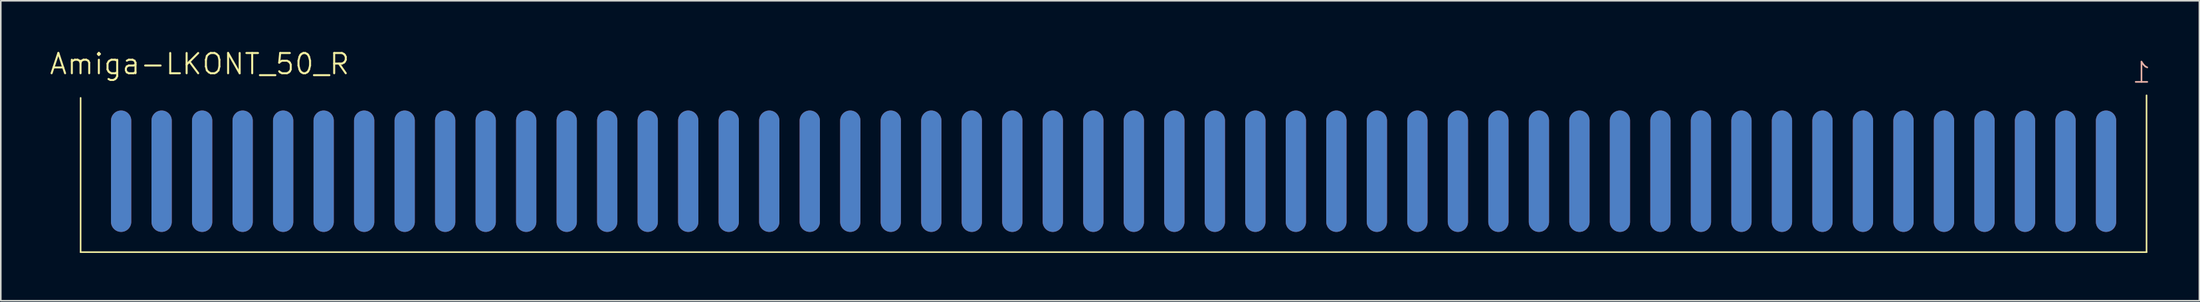
<source format=kicad_pcb>
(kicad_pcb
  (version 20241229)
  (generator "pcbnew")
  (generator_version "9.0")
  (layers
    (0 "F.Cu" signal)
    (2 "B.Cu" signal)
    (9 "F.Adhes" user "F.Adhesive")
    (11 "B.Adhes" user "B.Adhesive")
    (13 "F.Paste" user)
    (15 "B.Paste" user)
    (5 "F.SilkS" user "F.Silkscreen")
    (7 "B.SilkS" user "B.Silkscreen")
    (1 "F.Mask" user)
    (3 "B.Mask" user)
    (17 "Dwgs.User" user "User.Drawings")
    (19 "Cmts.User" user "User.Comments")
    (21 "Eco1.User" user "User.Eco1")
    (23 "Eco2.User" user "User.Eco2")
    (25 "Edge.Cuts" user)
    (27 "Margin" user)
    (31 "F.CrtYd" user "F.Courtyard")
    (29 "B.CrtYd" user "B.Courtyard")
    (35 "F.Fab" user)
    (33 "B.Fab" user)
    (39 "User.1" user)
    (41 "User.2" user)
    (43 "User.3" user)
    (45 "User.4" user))
  (footprint "Amiga-LKONT_50_R"
    (layer "F.Cu")
    (at 64.235 7.697)
    (property "Reference" "Amiga-LKONT_50_R" (at -54.767 -6.731 0) (layer "F.SilkS") (effects (font (size 1.27 1.27) (thickness 0.127))))
    (attr smd)
    (fp_line (start -62.23 -4.602) (end -62.23 5.08) (stroke (width 0.1) (type solid)) (layer "F.SilkS"))
    (fp_line (start -62.23 5.08) (end 67.31 5.08) (stroke (width 0.1) (type solid)) (layer "F.SilkS"))
    (fp_line (start 67.31 5.08) (end 67.31 -4.763) (stroke (width 0.1) (type solid)) (layer "F.SilkS"))
    (fp_text user "1" (at 66.993 -6.19 0) (layer "B.SilkS") (effects (font (size 1.27 1.27) (thickness 0.102)) (justify mirror)))
    (pad "1" smd oval (at 64.77 0 90) (size 7.62 1.27) (layers "B.Cu" "B.Mask"))
    (pad "2" smd oval (at 64.77 0 90) (size 7.62 1.27) (layers "F.Cu" "F.Mask" "F.Paste"))
    (pad "3" smd oval (at 62.23 0 90) (size 7.62 1.27) (layers "B.Cu" "B.Mask"))
    (pad "4" smd oval (at 62.23 0 90) (size 7.62 1.27) (layers "F.Cu" "F.Mask" "F.Paste"))
    (pad "5" smd oval (at 59.69 0 90) (size 7.62 1.27) (layers "B.Cu" "B.Mask"))
    (pad "6" smd oval (at 59.69 0 90) (size 7.62 1.27) (layers "F.Cu" "F.Mask" "F.Paste"))
    (pad "7" smd oval (at 57.15 0 90) (size 7.62 1.27) (layers "B.Cu" "B.Mask"))
    (pad "8" smd oval (at 57.15 0 90) (size 7.62 1.27) (layers "F.Cu" "F.Mask" "F.Paste"))
    (pad "9" smd oval (at 54.61 0 90) (size 7.62 1.27) (layers "B.Cu" "B.Mask"))
    (pad "10" smd oval (at 54.61 0 90) (size 7.62 1.27) (layers "F.Cu" "F.Mask" "F.Paste"))
    (pad "11" smd oval (at 52.07 0 90) (size 7.62 1.27) (layers "B.Cu" "B.Mask"))
    (pad "12" smd oval (at 52.07 0 90) (size 7.62 1.27) (layers "F.Cu" "F.Mask" "F.Paste"))
    (pad "13" smd oval (at 49.53 0 90) (size 7.62 1.27) (layers "B.Cu" "B.Mask"))
    (pad "14" smd oval (at 49.53 0 90) (size 7.62 1.27) (layers "F.Cu" "F.Mask" "F.Paste"))
    (pad "15" smd oval (at 46.99 0 90) (size 7.62 1.27) (layers "B.Cu" "B.Mask"))
    (pad "16" smd oval (at 46.99 0 90) (size 7.62 1.27) (layers "F.Cu" "F.Mask" "F.Paste"))
    (pad "17" smd oval (at 44.45 0 90) (size 7.62 1.27) (layers "B.Cu" "B.Mask"))
    (pad "18" smd oval (at 44.45 0 90) (size 7.62 1.27) (layers "F.Cu" "F.Mask" "F.Paste"))
    (pad "19" smd oval (at 41.91 0 90) (size 7.62 1.27) (layers "B.Cu" "B.Mask"))
    (pad "20" smd oval (at 41.91 0 90) (size 7.62 1.27) (layers "F.Cu" "F.Mask" "F.Paste"))
    (pad "21" smd oval (at 39.37 0 90) (size 7.62 1.27) (layers "B.Cu" "B.Mask"))
    (pad "22" smd oval (at 39.37 0 90) (size 7.62 1.27) (layers "F.Cu" "F.Mask" "F.Paste"))
    (pad "23" smd oval (at 36.83 0 90) (size 7.62 1.27) (layers "B.Cu" "B.Mask"))
    (pad "24" smd oval (at 36.83 0 90) (size 7.62 1.27) (layers "F.Cu" "F.Mask" "F.Paste"))
    (pad "25" smd oval (at 34.29 0 90) (size 7.62 1.27) (layers "B.Cu" "B.Mask"))
    (pad "26" smd oval (at 34.29 0 90) (size 7.62 1.27) (layers "F.Cu" "F.Mask" "F.Paste"))
    (pad "27" smd oval (at 31.75 0 90) (size 7.62 1.27) (layers "B.Cu" "B.Mask"))
    (pad "28" smd oval (at 31.75 0 90) (size 7.62 1.27) (layers "F.Cu" "F.Mask" "F.Paste"))
    (pad "29" smd oval (at 29.21 0 90) (size 7.62 1.27) (layers "B.Cu" "B.Mask"))
    (pad "30" smd oval (at 29.21 0 90) (size 7.62 1.27) (layers "F.Cu" "F.Mask" "F.Paste"))
    (pad "31" smd oval (at 26.67 0 90) (size 7.62 1.27) (layers "B.Cu" "B.Mask"))
    (pad "32" smd oval (at 26.67 0 90) (size 7.62 1.27) (layers "F.Cu" "F.Mask" "F.Paste"))
    (pad "33" smd oval (at 24.13 0 90) (size 7.62 1.27) (layers "B.Cu" "B.Mask"))
    (pad "34" smd oval (at 24.13 0 90) (size 7.62 1.27) (layers "F.Cu" "F.Mask" "F.Paste"))
    (pad "35" smd oval (at 21.59 0 90) (size 7.62 1.27) (layers "B.Cu" "B.Mask"))
    (pad "36" smd oval (at 21.59 0 90) (size 7.62 1.27) (layers "F.Cu" "F.Mask" "F.Paste"))
    (pad "37" smd oval (at 19.05 0 90) (size 7.62 1.27) (layers "B.Cu" "B.Mask"))
    (pad "38" smd oval (at 19.05 0 90) (size 7.62 1.27) (layers "F.Cu" "F.Mask" "F.Paste"))
    (pad "39" smd oval (at 16.51 0 90) (size 7.62 1.27) (layers "B.Cu" "B.Mask"))
    (pad "40" smd oval (at 16.51 0 90) (size 7.62 1.27) (layers "F.Cu" "F.Mask" "F.Paste"))
    (pad "41" smd oval (at 13.97 0 90) (size 7.62 1.27) (layers "B.Cu" "B.Mask"))
    (pad "42" smd oval (at 13.97 0 90) (size 7.62 1.27) (layers "F.Cu" "F.Mask" "F.Paste"))
    (pad "43" smd oval (at 11.43 0 90) (size 7.62 1.27) (layers "B.Cu" "B.Mask"))
    (pad "44" smd oval (at 11.43 0 90) (size 7.62 1.27) (layers "F.Cu" "F.Mask" "F.Paste"))
    (pad "45" smd oval (at 8.89 0 90) (size 7.62 1.27) (layers "B.Cu" "B.Mask"))
    (pad "46" smd oval (at 8.89 0 90) (size 7.62 1.27) (layers "F.Cu" "F.Mask" "F.Paste"))
    (pad "47" smd oval (at 6.35 0 90) (size 7.62 1.27) (layers "B.Cu" "B.Mask"))
    (pad "48" smd oval (at 6.35 0 90) (size 7.62 1.27) (layers "F.Cu" "F.Mask" "F.Paste"))
    (pad "49" smd oval (at 3.81 0 90) (size 7.62 1.27) (layers "B.Cu" "B.Mask"))
    (pad "50" smd oval (at 3.81 0 90) (size 7.62 1.27) (layers "F.Cu" "F.Mask" "F.Paste"))
    (pad "51" smd oval (at 1.27 0 90) (size 7.62 1.27) (layers "B.Cu" "B.Mask"))
    (pad "52" smd oval (at 1.27 0 90) (size 7.62 1.27) (layers "F.Cu" "F.Mask" "F.Paste"))
    (pad "53" smd oval (at -1.27 0 90) (size 7.62 1.27) (layers "B.Cu" "B.Mask"))
    (pad "54" smd oval (at -1.27 0 90) (size 7.62 1.27) (layers "F.Cu" "F.Mask" "F.Paste"))
    (pad "55" smd oval (at -3.81 0 90) (size 7.62 1.27) (layers "B.Cu" "B.Mask"))
    (pad "56" smd oval (at -3.81 0 90) (size 7.62 1.27) (layers "F.Cu" "F.Mask" "F.Paste"))
    (pad "57" smd oval (at -6.35 0 90) (size 7.62 1.27) (layers "B.Cu" "B.Mask"))
    (pad "58" smd oval (at -6.35 0 90) (size 7.62 1.27) (layers "F.Cu" "F.Mask" "F.Paste"))
    (pad "59" smd oval (at -8.89 0 90) (size 7.62 1.27) (layers "B.Cu" "B.Mask"))
    (pad "60" smd oval (at -8.89 0 90) (size 7.62 1.27) (layers "F.Cu" "F.Mask" "F.Paste"))
    (pad "61" smd oval (at -11.43 0 90) (size 7.62 1.27) (layers "B.Cu" "B.Mask"))
    (pad "62" smd oval (at -11.43 0 90) (size 7.62 1.27) (layers "F.Cu" "F.Mask" "F.Paste"))
    (pad "63" smd oval (at -13.97 0 90) (size 7.62 1.27) (layers "B.Cu" "B.Mask"))
    (pad "64" smd oval (at -13.97 0 90) (size 7.62 1.27) (layers "F.Cu" "F.Mask" "F.Paste"))
    (pad "65" smd oval (at -16.51 0 90) (size 7.62 1.27) (layers "B.Cu" "B.Mask"))
    (pad "66" smd oval (at -16.51 0 90) (size 7.62 1.27) (layers "F.Cu" "F.Mask" "F.Paste"))
    (pad "67" smd oval (at -19.05 0 90) (size 7.62 1.27) (layers "B.Cu" "B.Mask"))
    (pad "68" smd oval (at -19.05 0 90) (size 7.62 1.27) (layers "F.Cu" "F.Mask" "F.Paste"))
    (pad "69" smd oval (at -21.59 0 90) (size 7.62 1.27) (layers "B.Cu" "B.Mask"))
    (pad "70" smd oval (at -21.59 0 90) (size 7.62 1.27) (layers "F.Cu" "F.Mask" "F.Paste"))
    (pad "71" smd oval (at -24.13 0 90) (size 7.62 1.27) (layers "B.Cu" "B.Mask"))
    (pad "72" smd oval (at -24.13 0 90) (size 7.62 1.27) (layers "F.Cu" "F.Mask" "F.Paste"))
    (pad "73" smd oval (at -26.67 0 90) (size 7.62 1.27) (layers "B.Cu" "B.Mask"))
    (pad "74" smd oval (at -26.67 0 90) (size 7.62 1.27) (layers "F.Cu" "F.Mask" "F.Paste"))
    (pad "75" smd oval (at -29.21 0 90) (size 7.62 1.27) (layers "B.Cu" "B.Mask"))
    (pad "76" smd oval (at -29.21 0 90) (size 7.62 1.27) (layers "F.Cu" "F.Mask" "F.Paste"))
    (pad "77" smd oval (at -31.75 0 90) (size 7.62 1.27) (layers "B.Cu" "B.Mask"))
    (pad "78" smd oval (at -31.75 0 90) (size 7.62 1.27) (layers "F.Cu" "F.Mask" "F.Paste"))
    (pad "79" smd oval (at -34.29 0 90) (size 7.62 1.27) (layers "B.Cu" "B.Mask"))
    (pad "80" smd oval (at -34.29 0 90) (size 7.62 1.27) (layers "F.Cu" "F.Mask" "F.Paste"))
    (pad "81" smd oval (at -36.83 0 90) (size 7.62 1.27) (layers "B.Cu" "B.Mask"))
    (pad "82" smd oval (at -36.83 0 90) (size 7.62 1.27) (layers "F.Cu" "F.Mask" "F.Paste"))
    (pad "83" smd oval (at -39.37 0 90) (size 7.62 1.27) (layers "B.Cu" "B.Mask"))
    (pad "84" smd oval (at -39.37 0 90) (size 7.62 1.27) (layers "F.Cu" "F.Mask" "F.Paste"))
    (pad "85" smd oval (at -41.91 0 90) (size 7.62 1.27) (layers "B.Cu" "B.Mask"))
    (pad "86" smd oval (at -41.91 0 90) (size 7.62 1.27) (layers "F.Cu" "F.Mask" "F.Paste"))
    (pad "87" smd oval (at -44.45 0 90) (size 7.62 1.27) (layers "B.Cu" "B.Mask"))
    (pad "88" smd oval (at -44.45 0 90) (size 7.62 1.27) (layers "F.Cu" "F.Mask" "F.Paste"))
    (pad "89" smd oval (at -46.99 0 90) (size 7.62 1.27) (layers "B.Cu" "B.Mask"))
    (pad "90" smd oval (at -46.99 0 90) (size 7.62 1.27) (layers "F.Cu" "F.Mask" "F.Paste"))
    (pad "91" smd oval (at -49.53 0 90) (size 7.62 1.27) (layers "B.Cu" "B.Mask"))
    (pad "92" smd oval (at -49.53 0 90) (size 7.62 1.27) (layers "F.Cu" "F.Mask" "F.Paste"))
    (pad "93" smd oval (at -52.07 0 90) (size 7.62 1.27) (layers "B.Cu" "B.Mask"))
    (pad "94" smd oval (at -52.07 0 90) (size 7.62 1.27) (layers "F.Cu" "F.Mask" "F.Paste"))
    (pad "95" smd oval (at -54.61 0 90) (size 7.62 1.27) (layers "B.Cu" "B.Mask"))
    (pad "96" smd oval (at -54.61 0 90) (size 7.62 1.27) (layers "F.Cu" "F.Mask" "F.Paste"))
    (pad "97" smd oval (at -57.15 0 90) (size 7.62 1.27) (layers "B.Cu" "B.Mask"))
    (pad "98" smd oval (at -57.15 0 90) (size 7.62 1.27) (layers "F.Cu" "F.Mask" "F.Paste"))
    (pad "99" smd oval (at -59.69 0 90) (size 7.62 1.27) (layers "B.Cu" "B.Mask"))
    (pad "100" smd oval (at -59.69 0 90) (size 7.62 1.27) (layers "F.Cu" "F.Mask" "F.Paste")))
  (gr_rect
    (start -3 -3)
    (end 134.858 15.827)
    (stroke (width 0.1) (type default))
    (fill no)
    (layer "Edge.Cuts")))
</source>
